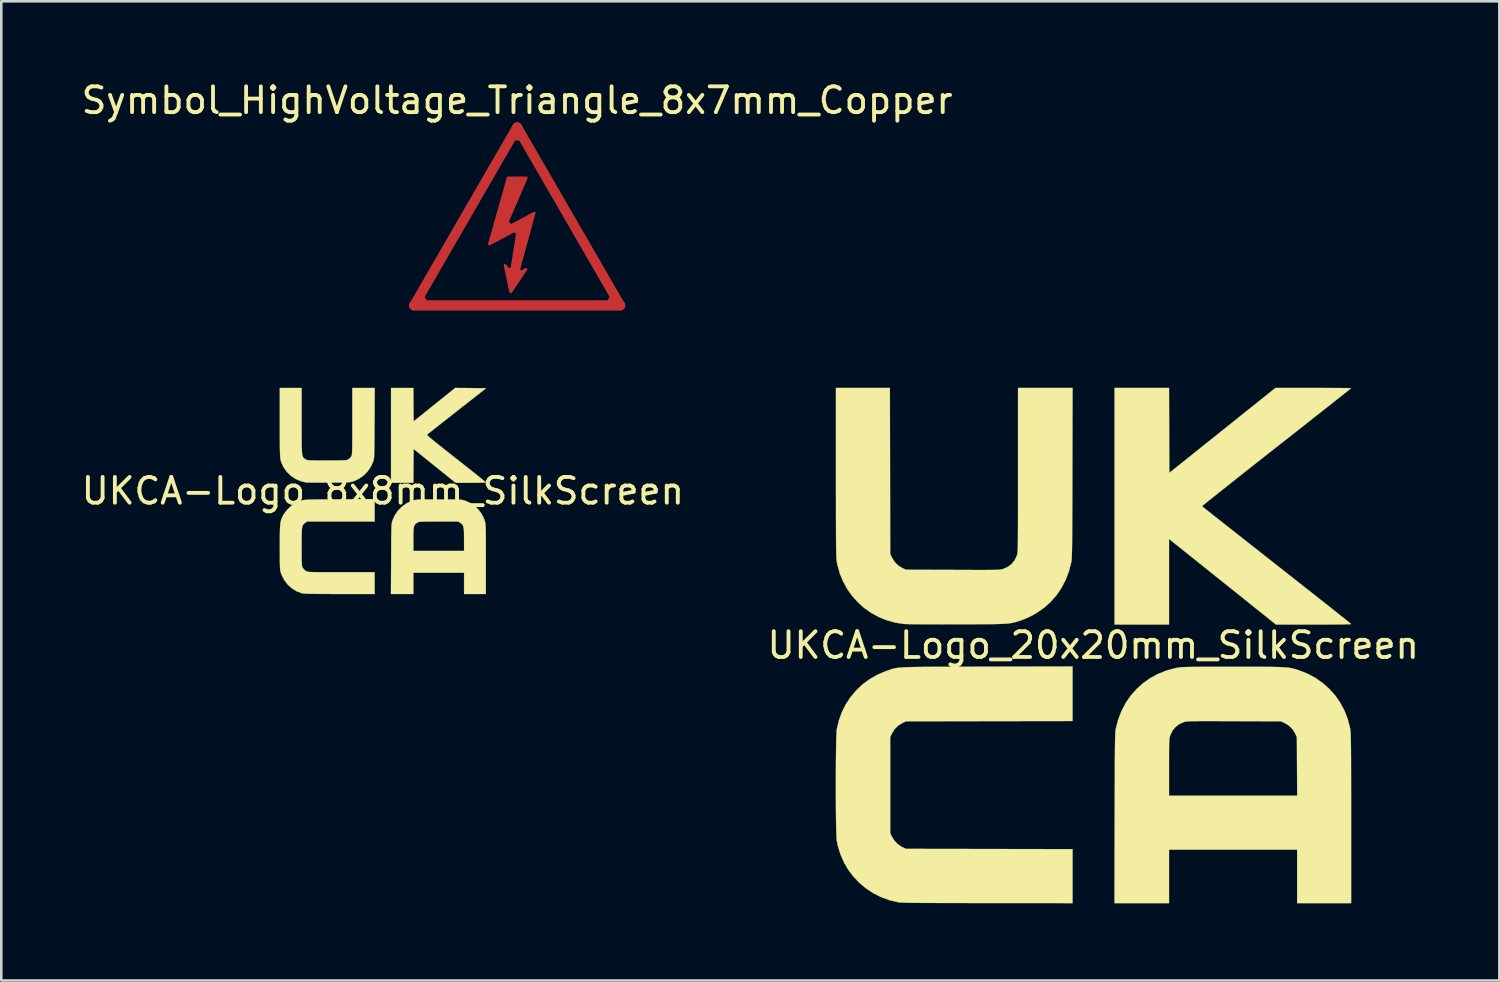
<source format=kicad_pcb>
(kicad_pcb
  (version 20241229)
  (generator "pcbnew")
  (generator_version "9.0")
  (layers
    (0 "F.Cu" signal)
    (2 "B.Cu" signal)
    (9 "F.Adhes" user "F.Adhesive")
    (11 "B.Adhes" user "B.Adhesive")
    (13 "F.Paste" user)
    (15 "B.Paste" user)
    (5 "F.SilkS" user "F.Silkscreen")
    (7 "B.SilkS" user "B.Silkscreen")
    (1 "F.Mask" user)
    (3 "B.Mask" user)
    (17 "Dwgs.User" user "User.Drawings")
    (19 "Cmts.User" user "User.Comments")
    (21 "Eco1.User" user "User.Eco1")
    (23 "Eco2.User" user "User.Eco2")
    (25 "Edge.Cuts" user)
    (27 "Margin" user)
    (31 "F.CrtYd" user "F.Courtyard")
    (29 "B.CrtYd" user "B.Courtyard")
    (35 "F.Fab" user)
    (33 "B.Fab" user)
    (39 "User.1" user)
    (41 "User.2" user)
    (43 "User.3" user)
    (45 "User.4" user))
  (footprint "UKCA-Logo_8x8mm_SilkScreen"
    (layer "F.Cu")
    (at 11.815 16.014)
    (property "Reference" "UKCA-Logo_8x8mm_SilkScreen" (at 0 0 0) (layer "F.SilkS") (effects (font (size 1 1) (thickness 0.15))))
    (attr exclude_from_pos_files exclude_from_bom allow_missing_courtyard)
    (fp_poly (pts (xy 3.41 -3.996) (xy 4.01 -3.99) (xy 2.878 -3.103) (xy 2.686 -2.952) (xy 2.504 -2.809) (xy 2.334 -2.676) (xy 2.179 -2.554) (xy 2.041 -2.446) (xy 1.925 -2.354) (xy 1.831 -2.28) (xy 1.764 -2.227) (xy 1.726 -2.197) (xy 1.718 -2.19) (xy 1.718 -2.181) (xy 1.732 -2.162) (xy 1.762 -2.131) (xy 1.809 -2.089) (xy 1.875 -2.032) (xy 1.963 -1.959) (xy 2.075 -1.868) (xy 2.211 -1.759) (xy 2.375 -1.628) (xy 2.569 -1.476) (xy 2.793 -1.299) (xy 2.845 -1.258) (xy 3.038 -1.107) (xy 3.221 -0.962) (xy 3.391 -0.828) (xy 3.546 -0.705) (xy 3.682 -0.596) (xy 3.798 -0.503) (xy 3.89 -0.428) (xy 3.956 -0.374) (xy 3.993 -0.342) (xy 4 -0.334) (xy 3.98 -0.33) (xy 3.923 -0.326) (xy 3.834 -0.323) (xy 3.719 -0.32) (xy 3.583 -0.319) (xy 3.432 -0.318) (xy 3.413 -0.318) (xy 2.826 -0.319) (xy 2.011 -0.975) (xy 1.196 -1.631) (xy 1.185 -0.318) (xy 0.318 -0.318) (xy 0.318 -4) (xy 1.185 -4) (xy 1.19 -3.352) (xy 1.196 -2.704) (xy 2.003 -3.353) (xy 2.81 -4.001) (xy 3.41 -3.996)) (stroke (width 0.01) (type solid)) (fill yes) (layer "F.SilkS"))
    (fp_poly (pts (xy 2.385 0.328) (xy 2.562 0.329) (xy 2.706 0.329) (xy 2.822 0.331) (xy 2.913 0.334) (xy 2.984 0.337) (xy 3.04 0.342) (xy 3.085 0.349) (xy 3.124 0.357) (xy 3.161 0.367) (xy 3.186 0.375) (xy 3.384 0.459) (xy 3.562 0.578) (xy 3.717 0.727) (xy 3.844 0.904) (xy 3.939 1.102) (xy 3.966 1.184) (xy 3.973 1.212) (xy 3.979 1.246) (xy 3.984 1.291) (xy 3.989 1.349) (xy 3.992 1.423) (xy 3.995 1.518) (xy 3.997 1.635) (xy 3.998 1.779) (xy 3.999 1.953) (xy 4 2.159) (xy 4 2.402) (xy 4 2.65) (xy 4 4) (xy 3.154 4) (xy 3.154 3.175) (xy 1.185 3.175) (xy 1.185 4) (xy 0.315 4) (xy 0.322 2.641) (xy 0.324 2.367) (xy 0.324 2.328) (xy 1.185 2.328) (xy 3.154 2.328) (xy 3.154 1.882) (xy 3.153 1.714) (xy 3.15 1.582) (xy 3.143 1.481) (xy 3.131 1.405) (xy 3.113 1.349) (xy 3.088 1.306) (xy 3.054 1.271) (xy 3.009 1.237) (xy 3.008 1.237) (xy 2.932 1.185) (xy 2.17 1.185) (xy 1.969 1.186) (xy 1.807 1.186) (xy 1.678 1.187) (xy 1.577 1.189) (xy 1.502 1.192) (xy 1.446 1.196) (xy 1.406 1.202) (xy 1.377 1.209) (xy 1.355 1.218) (xy 1.339 1.228) (xy 1.292 1.258) (xy 1.256 1.291) (xy 1.229 1.33) (xy 1.21 1.382) (xy 1.197 1.452) (xy 1.19 1.546) (xy 1.186 1.671) (xy 1.185 1.83) (xy 1.185 1.868) (xy 1.185 2.328) (xy 0.324 2.328) (xy 0.325 2.132) (xy 0.326 1.933) (xy 0.328 1.767) (xy 0.33 1.629) (xy 0.332 1.516) (xy 0.335 1.426) (xy 0.338 1.355) (xy 0.342 1.299) (xy 0.347 1.254) (xy 0.354 1.219) (xy 0.361 1.189) (xy 0.369 1.161) (xy 0.376 1.141) (xy 0.464 0.944) (xy 0.586 0.765) (xy 0.737 0.61) (xy 0.912 0.484) (xy 1.105 0.391) (xy 1.153 0.375) (xy 1.191 0.363) (xy 1.228 0.354) (xy 1.269 0.346) (xy 1.317 0.34) (xy 1.378 0.336) (xy 1.455 0.333) (xy 1.554 0.33) (xy 1.679 0.329) (xy 1.834 0.328) (xy 2.024 0.328) (xy 2.17 0.328) (xy 2.385 0.328)) (stroke (width 0.01) (type solid)) (fill yes) (layer "F.SilkS"))
    (fp_poly (pts (xy -0.318 1.185) (xy -2.936 1.185) (xy -3.008 1.233) (xy -3.045 1.259) (xy -3.074 1.284) (xy -3.098 1.314) (xy -3.117 1.353) (xy -3.131 1.405) (xy -3.141 1.474) (xy -3.147 1.565) (xy -3.151 1.683) (xy -3.153 1.831) (xy -3.154 2.013) (xy -3.154 2.167) (xy -3.154 2.363) (xy -3.153 2.522) (xy -3.152 2.648) (xy -3.15 2.745) (xy -3.147 2.819) (xy -3.143 2.873) (xy -3.137 2.912) (xy -3.129 2.941) (xy -3.119 2.965) (xy -3.109 2.984) (xy -3.06 3.048) (xy -2.996 3.102) (xy -2.984 3.109) (xy -2.967 3.118) (xy -2.949 3.126) (xy -2.926 3.133) (xy -2.895 3.138) (xy -2.853 3.143) (xy -2.797 3.146) (xy -2.722 3.149) (xy -2.627 3.151) (xy -2.507 3.152) (xy -2.359 3.153) (xy -2.18 3.154) (xy -1.967 3.154) (xy -1.716 3.154) (xy -1.611 3.154) (xy -0.318 3.154) (xy -0.318 4) (xy -1.677 3.999) (xy -1.961 3.999) (xy -2.206 3.998) (xy -2.415 3.997) (xy -2.59 3.995) (xy -2.735 3.993) (xy -2.854 3.991) (xy -2.949 3.988) (xy -3.023 3.984) (xy -3.079 3.979) (xy -3.121 3.973) (xy -3.151 3.967) (xy -3.151 3.967) (xy -3.35 3.892) (xy -3.53 3.782) (xy -3.689 3.639) (xy -3.821 3.468) (xy -3.923 3.274) (xy -3.952 3.197) (xy -3.964 3.162) (xy -3.973 3.127) (xy -3.981 3.089) (xy -3.987 3.043) (xy -3.992 2.985) (xy -3.995 2.91) (xy -3.997 2.813) (xy -3.999 2.691) (xy -3.999 2.539) (xy -4 2.352) (xy -4 2.19) (xy -4 1.959) (xy -3.999 1.766) (xy -3.997 1.606) (xy -3.994 1.474) (xy -3.988 1.367) (xy -3.98 1.279) (xy -3.969 1.206) (xy -3.954 1.144) (xy -3.935 1.087) (xy -3.912 1.031) (xy -3.883 0.972) (xy -3.871 0.947) (xy -3.802 0.837) (xy -3.706 0.721) (xy -3.594 0.611) (xy -3.479 0.519) (xy -3.379 0.459) (xy -3.328 0.434) (xy -3.283 0.412) (xy -3.24 0.394) (xy -3.197 0.378) (xy -3.149 0.366) (xy -3.094 0.355) (xy -3.028 0.347) (xy -2.946 0.341) (xy -2.847 0.336) (xy -2.726 0.332) (xy -2.58 0.329) (xy -2.405 0.327) (xy -2.198 0.326) (xy -1.956 0.324) (xy -1.688 0.323) (xy -0.318 0.315) (xy -0.318 1.185)) (stroke (width 0.01) (type solid)) (fill yes) (layer "F.SilkS"))
    (fp_poly (pts (xy -3.154 -2.715) (xy -3.154 -2.439) (xy -3.154 -2.202) (xy -3.153 -2.002) (xy -3.152 -1.834) (xy -3.149 -1.695) (xy -3.145 -1.583) (xy -3.139 -1.494) (xy -3.131 -1.425) (xy -3.121 -1.372) (xy -3.108 -1.332) (xy -3.092 -1.303) (xy -3.073 -1.281) (xy -3.05 -1.262) (xy -3.023 -1.244) (xy -3.008 -1.233) (xy -2.988 -1.221) (xy -2.968 -1.211) (xy -2.942 -1.203) (xy -2.907 -1.197) (xy -2.858 -1.192) (xy -2.79 -1.189) (xy -2.699 -1.187) (xy -2.581 -1.186) (xy -2.43 -1.186) (xy -2.244 -1.185) (xy -2.172 -1.185) (xy -1.971 -1.186) (xy -1.808 -1.186) (xy -1.679 -1.187) (xy -1.578 -1.189) (xy -1.502 -1.192) (xy -1.447 -1.196) (xy -1.406 -1.202) (xy -1.377 -1.209) (xy -1.355 -1.218) (xy -1.339 -1.228) (xy -1.279 -1.276) (xy -1.229 -1.336) (xy -1.228 -1.339) (xy -1.219 -1.354) (xy -1.212 -1.372) (xy -1.205 -1.395) (xy -1.2 -1.428) (xy -1.196 -1.473) (xy -1.193 -1.533) (xy -1.19 -1.613) (xy -1.188 -1.714) (xy -1.187 -1.842) (xy -1.186 -1.997) (xy -1.186 -2.185) (xy -1.185 -2.409) (xy -1.185 -2.671) (xy -1.185 -2.704) (xy -1.185 -4) (xy -0.315 -4) (xy -0.322 -2.641) (xy -0.324 -2.367) (xy -0.325 -2.132) (xy -0.326 -1.933) (xy -0.328 -1.767) (xy -0.33 -1.629) (xy -0.332 -1.516) (xy -0.335 -1.426) (xy -0.338 -1.355) (xy -0.342 -1.299) (xy -0.347 -1.254) (xy -0.354 -1.219) (xy -0.361 -1.189) (xy -0.369 -1.161) (xy -0.376 -1.141) (xy -0.464 -0.945) (xy -0.586 -0.765) (xy -0.738 -0.609) (xy -0.914 -0.482) (xy -1.107 -0.388) (xy -1.141 -0.376) (xy -1.179 -0.365) (xy -1.216 -0.355) (xy -1.257 -0.347) (xy -1.307 -0.341) (xy -1.371 -0.337) (xy -1.453 -0.333) (xy -1.558 -0.331) (xy -1.69 -0.329) (xy -1.855 -0.328) (xy -2.057 -0.326) (xy -2.095 -0.326) (xy -2.28 -0.326) (xy -2.453 -0.325) (xy -2.609 -0.326) (xy -2.744 -0.326) (xy -2.853 -0.327) (xy -2.931 -0.329) (xy -2.971 -0.331) (xy -2.974 -0.331) (xy -3.186 -0.38) (xy -3.384 -0.465) (xy -3.562 -0.583) (xy -3.716 -0.729) (xy -3.841 -0.899) (xy -3.934 -1.091) (xy -3.969 -1.2) (xy -3.976 -1.231) (xy -3.981 -1.272) (xy -3.986 -1.327) (xy -3.99 -1.397) (xy -3.993 -1.487) (xy -3.996 -1.6) (xy -3.998 -1.739) (xy -3.999 -1.907) (xy -4 -2.107) (xy -4 -2.343) (xy -4 -2.617) (xy -4 -2.661) (xy -4 -4) (xy -3.154 -4) (xy -3.154 -2.715)) (stroke (width 0.01) (type solid)) (fill yes) (layer "F.SilkS")))
  (footprint "UKCA-Logo_20x20mm_SilkScreen"
    (layer "F.Cu")
    (at 39.399 22.004)
    (property "Reference" "UKCA-Logo_20x20mm_SilkScreen" (at 0 0 0) (layer "F.SilkS") (effects (font (size 1 1) (thickness 0.15))))
    (attr exclude_from_pos_files exclude_from_bom allow_missing_courtyard)
    (fp_poly (pts (xy 2.947 -8.342) (xy 2.953 -6.693) (xy 5.014 -8.342) (xy 7.075 -9.991) (xy 8.543 -9.991) (xy 8.788 -9.991) (xy 9.021 -9.99) (xy 9.237 -9.99) (xy 9.433 -9.989) (xy 9.607 -9.988) (xy 9.754 -9.987) (xy 9.871 -9.985) (xy 9.955 -9.984) (xy 10.002 -9.983) (xy 10.012 -9.982) (xy 9.995 -9.968) (xy 9.947 -9.929) (xy 9.87 -9.867) (xy 9.763 -9.783) (xy 9.631 -9.678) (xy 9.473 -9.553) (xy 9.293 -9.41) (xy 9.09 -9.251) (xy 8.868 -9.076) (xy 8.628 -8.887) (xy 8.372 -8.685) (xy 8.101 -8.471) (xy 7.817 -8.248) (xy 7.521 -8.015) (xy 7.216 -7.776) (xy 7.112 -7.694) (xy 6.804 -7.452) (xy 6.505 -7.217) (xy 6.217 -6.99) (xy 5.942 -6.772) (xy 5.681 -6.566) (xy 5.436 -6.372) (xy 5.208 -6.192) (xy 5 -6.026) (xy 4.813 -5.877) (xy 4.648 -5.746) (xy 4.508 -5.634) (xy 4.393 -5.541) (xy 4.307 -5.471) (xy 4.25 -5.424) (xy 4.224 -5.4) (xy 4.222 -5.398) (xy 4.24 -5.384) (xy 4.289 -5.344) (xy 4.368 -5.281) (xy 4.475 -5.196) (xy 4.609 -5.09) (xy 4.767 -4.965) (xy 4.949 -4.822) (xy 5.152 -4.661) (xy 5.375 -4.486) (xy 5.615 -4.296) (xy 5.872 -4.094) (xy 6.144 -3.88) (xy 6.428 -3.657) (xy 6.724 -3.424) (xy 7.029 -3.184) (xy 7.122 -3.111) (xy 7.43 -2.869) (xy 7.728 -2.634) (xy 8.016 -2.408) (xy 8.291 -2.191) (xy 8.552 -1.985) (xy 8.797 -1.791) (xy 9.025 -1.612) (xy 9.233 -1.447) (xy 9.421 -1.298) (xy 9.585 -1.167) (xy 9.726 -1.055) (xy 9.84 -0.963) (xy 9.927 -0.894) (xy 9.984 -0.847) (xy 10.01 -0.824) (xy 10.012 -0.822) (xy 9.991 -0.819) (xy 9.932 -0.817) (xy 9.837 -0.814) (xy 9.71 -0.811) (xy 9.554 -0.809) (xy 9.373 -0.807) (xy 9.17 -0.806) (xy 8.949 -0.805) (xy 8.712 -0.804) (xy 8.554 -0.804) (xy 7.096 -0.804) (xy 5.019 -2.466) (xy 2.942 -4.128) (xy 2.942 -0.804) (xy 0.826 -0.804) (xy 0.826 -9.991) (xy 2.942 -9.991) (xy 2.947 -8.342)) (stroke (width 0.01) (type solid)) (fill yes) (layer "F.SilkS"))
    (fp_poly (pts (xy -0.804 2.942) (xy -4.038 2.947) (xy -7.271 2.953) (xy -7.413 3.02) (xy -7.574 3.119) (xy -7.707 3.249) (xy -7.809 3.408) (xy -7.817 3.425) (xy -7.885 3.567) (xy -7.885 7.292) (xy -7.819 7.43) (xy -7.722 7.586) (xy -7.594 7.721) (xy -7.441 7.824) (xy -7.408 7.841) (xy -7.271 7.906) (xy -4.038 7.911) (xy -0.804 7.917) (xy -0.804 10.012) (xy -4.112 10.01) (xy -4.565 10.01) (xy -4.977 10.009) (xy -5.351 10.009) (xy -5.688 10.008) (xy -5.991 10.007) (xy -6.26 10.006) (xy -6.498 10.005) (xy -6.707 10.004) (xy -6.888 10.002) (xy -7.044 10) (xy -7.176 9.998) (xy -7.287 9.996) (xy -7.377 9.993) (xy -7.449 9.99) (xy -7.505 9.987) (xy -7.547 9.983) (xy -7.576 9.979) (xy -7.578 9.979) (xy -7.92 9.896) (xy -8.244 9.777) (xy -8.548 9.623) (xy -8.83 9.436) (xy -9.087 9.22) (xy -9.317 8.977) (xy -9.518 8.708) (xy -9.687 8.416) (xy -9.822 8.103) (xy -9.921 7.772) (xy -9.958 7.591) (xy -9.965 7.532) (xy -9.97 7.435) (xy -9.975 7.304) (xy -9.98 7.141) (xy -9.984 6.952) (xy -9.987 6.739) (xy -9.99 6.507) (xy -9.992 6.259) (xy -9.993 5.999) (xy -9.994 5.731) (xy -9.994 5.459) (xy -9.994 5.186) (xy -9.993 4.917) (xy -9.992 4.655) (xy -9.99 4.404) (xy -9.987 4.168) (xy -9.984 3.951) (xy -9.981 3.756) (xy -9.976 3.587) (xy -9.971 3.449) (xy -9.966 3.344) (xy -9.96 3.277) (xy -9.958 3.268) (xy -9.879 2.926) (xy -9.762 2.601) (xy -9.609 2.295) (xy -9.423 2.012) (xy -9.205 1.753) (xy -8.958 1.52) (xy -8.683 1.317) (xy -8.383 1.145) (xy -8.06 1.007) (xy -7.994 0.984) (xy -7.939 0.965) (xy -7.889 0.948) (xy -7.843 0.933) (xy -7.799 0.919) (xy -7.753 0.906) (xy -7.705 0.895) (xy -7.651 0.886) (xy -7.591 0.877) (xy -7.521 0.869) (xy -7.44 0.863) (xy -7.345 0.857) (xy -7.235 0.852) (xy -7.107 0.848) (xy -6.959 0.845) (xy -6.789 0.842) (xy -6.594 0.84) (xy -6.374 0.838) (xy -6.125 0.837) (xy -5.846 0.836) (xy -5.534 0.835) (xy -5.188 0.834) (xy -4.805 0.833) (xy -4.382 0.832) (xy -4.112 0.831) (xy -0.804 0.824) (xy -0.804 2.942)) (stroke (width 0.01) (type solid)) (fill yes) (layer "F.SilkS"))
    (fp_poly (pts (xy 6.084 0.836) (xy 6.356 0.837) (xy 6.593 0.837) (xy 6.8 0.839) (xy 6.98 0.841) (xy 7.134 0.844) (xy 7.266 0.848) (xy 7.38 0.854) (xy 7.477 0.861) (xy 7.561 0.869) (xy 7.635 0.879) (xy 7.701 0.891) (xy 7.763 0.906) (xy 7.823 0.922) (xy 7.885 0.941) (xy 7.951 0.963) (xy 8.015 0.984) (xy 8.34 1.114) (xy 8.643 1.279) (xy 8.921 1.476) (xy 9.174 1.702) (xy 9.398 1.956) (xy 9.591 2.234) (xy 9.752 2.534) (xy 9.877 2.854) (xy 9.965 3.19) (xy 9.98 3.268) (xy 9.984 3.297) (xy 9.988 3.334) (xy 9.991 3.381) (xy 9.995 3.438) (xy 9.998 3.509) (xy 10 3.596) (xy 10.002 3.699) (xy 10.004 3.823) (xy 10.006 3.967) (xy 10.007 4.135) (xy 10.009 4.329) (xy 10.009 4.55) (xy 10.01 4.801) (xy 10.011 5.083) (xy 10.011 5.398) (xy 10.012 5.75) (xy 10.012 6.138) (xy 10.012 6.567) (xy 10.012 6.734) (xy 10.012 10.012) (xy 7.916 10.012) (xy 7.916 7.938) (xy 2.942 7.938) (xy 2.942 10.012) (xy 0.824 10.012) (xy 0.831 6.715) (xy 0.833 6.274) (xy 0.834 5.874) (xy 0.835 5.512) (xy 0.836 5.186) (xy 0.837 4.894) (xy 0.838 4.742) (xy 2.942 4.742) (xy 2.942 5.842) (xy 7.918 5.842) (xy 7.912 4.704) (xy 7.906 3.567) (xy 7.839 3.425) (xy 7.739 3.263) (xy 7.609 3.13) (xy 7.451 3.028) (xy 7.434 3.02) (xy 7.292 2.953) (xy 5.472 2.947) (xy 5.152 2.946) (xy 4.872 2.945) (xy 4.629 2.944) (xy 4.419 2.944) (xy 4.241 2.944) (xy 4.09 2.945) (xy 3.965 2.946) (xy 3.862 2.947) (xy 3.779 2.95) (xy 3.713 2.952) (xy 3.661 2.956) (xy 3.62 2.96) (xy 3.587 2.965) (xy 3.559 2.971) (xy 3.534 2.978) (xy 3.514 2.985) (xy 3.342 3.061) (xy 3.198 3.169) (xy 3.082 3.307) (xy 2.999 3.472) (xy 2.986 3.509) (xy 2.976 3.54) (xy 2.968 3.572) (xy 2.961 3.608) (xy 2.956 3.652) (xy 2.951 3.709) (xy 2.948 3.781) (xy 2.946 3.873) (xy 2.944 3.989) (xy 2.943 4.132) (xy 2.942 4.306) (xy 2.942 4.516) (xy 2.942 4.742) (xy 0.838 4.742) (xy 0.838 4.635) (xy 0.839 4.405) (xy 0.841 4.204) (xy 0.842 4.028) (xy 0.844 3.877) (xy 0.846 3.747) (xy 0.848 3.637) (xy 0.851 3.545) (xy 0.854 3.469) (xy 0.857 3.407) (xy 0.86 3.356) (xy 0.864 3.315) (xy 0.868 3.282) (xy 0.873 3.254) (xy 0.875 3.244) (xy 0.967 2.89) (xy 1.095 2.558) (xy 1.256 2.249) (xy 1.449 1.965) (xy 1.673 1.709) (xy 1.924 1.481) (xy 2.202 1.283) (xy 2.505 1.118) (xy 2.832 0.986) (xy 3.179 0.891) (xy 3.266 0.873) (xy 3.302 0.867) (xy 3.342 0.861) (xy 3.388 0.856) (xy 3.443 0.852) (xy 3.509 0.849) (xy 3.591 0.846) (xy 3.69 0.843) (xy 3.809 0.841) (xy 3.951 0.839) (xy 4.118 0.838) (xy 4.314 0.837) (xy 4.542 0.837) (xy 4.803 0.836) (xy 5.102 0.836) (xy 5.429 0.836) (xy 5.776 0.836) (xy 6.084 0.836)) (stroke (width 0.01) (type solid)) (fill yes) (layer "F.SilkS"))
    (fp_poly (pts (xy -7.89 -6.768) (xy -7.885 -3.545) (xy -7.817 -3.404) (xy -7.718 -3.242) (xy -7.588 -3.109) (xy -7.429 -3.007) (xy -7.413 -2.999) (xy -7.271 -2.932) (xy -5.45 -2.926) (xy -5.131 -2.925) (xy -4.851 -2.924) (xy -4.608 -2.923) (xy -4.398 -2.923) (xy -4.219 -2.923) (xy -4.069 -2.924) (xy -3.944 -2.925) (xy -3.841 -2.926) (xy -3.758 -2.928) (xy -3.692 -2.931) (xy -3.64 -2.935) (xy -3.599 -2.939) (xy -3.566 -2.944) (xy -3.538 -2.95) (xy -3.513 -2.957) (xy -3.493 -2.964) (xy -3.321 -3.04) (xy -3.177 -3.148) (xy -3.061 -3.286) (xy -2.978 -3.451) (xy -2.965 -3.488) (xy -2.959 -3.506) (xy -2.953 -3.525) (xy -2.949 -3.547) (xy -2.944 -3.573) (xy -2.94 -3.607) (xy -2.937 -3.649) (xy -2.934 -3.703) (xy -2.932 -3.77) (xy -2.929 -3.851) (xy -2.927 -3.95) (xy -2.926 -4.069) (xy -2.925 -4.209) (xy -2.924 -4.372) (xy -2.923 -4.561) (xy -2.922 -4.778) (xy -2.922 -5.024) (xy -2.921 -5.302) (xy -2.921 -5.614) (xy -2.921 -5.962) (xy -2.921 -6.348) (xy -2.921 -6.774) (xy -2.921 -9.991) (xy -0.803 -9.991) (xy -0.81 -6.694) (xy -0.811 -6.253) (xy -0.812 -5.853) (xy -0.813 -5.491) (xy -0.815 -5.165) (xy -0.816 -4.873) (xy -0.817 -4.614) (xy -0.818 -4.384) (xy -0.82 -4.183) (xy -0.821 -4.007) (xy -0.823 -3.856) (xy -0.825 -3.726) (xy -0.827 -3.616) (xy -0.83 -3.524) (xy -0.832 -3.448) (xy -0.836 -3.386) (xy -0.839 -3.335) (xy -0.843 -3.294) (xy -0.847 -3.261) (xy -0.852 -3.233) (xy -0.854 -3.223) (xy -0.946 -2.868) (xy -1.073 -2.536) (xy -1.234 -2.227) (xy -1.428 -1.943) (xy -1.653 -1.685) (xy -1.909 -1.456) (xy -2.194 -1.257) (xy -2.406 -1.138) (xy -2.522 -1.082) (xy -2.65 -1.027) (xy -2.773 -0.979) (xy -2.842 -0.955) (xy -2.913 -0.932) (xy -2.976 -0.912) (xy -3.036 -0.895) (xy -3.095 -0.88) (xy -3.156 -0.867) (xy -3.222 -0.856) (xy -3.296 -0.846) (xy -3.381 -0.839) (xy -3.48 -0.833) (xy -3.596 -0.828) (xy -3.732 -0.824) (xy -3.892 -0.821) (xy -4.077 -0.819) (xy -4.292 -0.817) (xy -4.539 -0.816) (xy -4.821 -0.815) (xy -5.141 -0.814) (xy -5.271 -0.814) (xy -5.553 -0.814) (xy -5.828 -0.813) (xy -6.09 -0.814) (xy -6.336 -0.814) (xy -6.564 -0.815) (xy -6.769 -0.816) (xy -6.948 -0.818) (xy -7.099 -0.82) (xy -7.216 -0.822) (xy -7.297 -0.824) (xy -7.334 -0.826) (xy -7.678 -0.877) (xy -8.007 -0.967) (xy -8.32 -1.092) (xy -8.614 -1.252) (xy -8.887 -1.443) (xy -9.136 -1.664) (xy -9.358 -1.911) (xy -9.552 -2.184) (xy -9.714 -2.478) (xy -9.843 -2.793) (xy -9.935 -3.126) (xy -9.958 -3.247) (xy -9.963 -3.276) (xy -9.967 -3.313) (xy -9.97 -3.359) (xy -9.973 -3.417) (xy -9.976 -3.488) (xy -9.979 -3.574) (xy -9.981 -3.678) (xy -9.983 -3.801) (xy -9.985 -3.946) (xy -9.986 -4.114) (xy -9.987 -4.308) (xy -9.988 -4.529) (xy -9.989 -4.779) (xy -9.99 -5.062) (xy -9.99 -5.377) (xy -9.99 -5.728) (xy -9.991 -6.117) (xy -9.991 -6.545) (xy -9.991 -6.713) (xy -9.991 -9.991) (xy -7.896 -9.991) (xy -7.89 -6.768)) (stroke (width 0.01) (type solid)) (fill yes) (layer "F.SilkS")))
  (footprint "Symbol_HighVoltage_Triangle_8x7mm_Copper"
    (layer "F.Cu")
    (at 17.03 5.348)
    (property "Reference" "Symbol_HighVoltage_Triangle_8x7mm_Copper" (at 0 -4.5 0) (layer "F.SilkS") (effects (font (size 1 1) (thickness 0.15))))
    (attr exclude_from_pos_files exclude_from_bom allow_missing_courtyard)
    (fp_line (start -4 3.46) (end 0 -3.46) (stroke (width 0.381) (type solid)) (layer "F.Cu"))
    (fp_line (start -3.51 3.44) (end -3.776 3.031) (stroke (width 0.2) (type default)) (layer "F.Cu"))
    (fp_line (start -0.45 0.215) (end -0.24 0.44) (stroke (width 0.2) (type default)) (layer "F.Cu"))
    (fp_line (start -0.34 2.095) (end 0.17 2.185) (stroke (width 0.2) (type default)) (layer "F.Cu"))
    (fp_line (start -0.15 -3.04) (end 0.16 -3.04) (stroke (width 0.2) (type default)) (layer "F.Cu"))
    (fp_line (start -0.133 0.479) (end 0.113 0.681) (stroke (width 0.2) (type default)) (layer "F.Cu"))
    (fp_line (start 0 -3.46) (end 4 3.46) (stroke (width 0.381) (type solid)) (layer "F.Cu"))
    (fp_line (start 3.51 3.44) (end 3.776 3.031) (stroke (width 0.2) (type default)) (layer "F.Cu"))
    (fp_line (start 4 3.46) (end -4 3.46) (stroke (width 0.4) (type solid)) (layer "F.Cu"))
    (fp_poly (pts (xy -0.5 0.5) (xy 0.664 -0.126) (xy 0.009 2.261) (xy 0.344 2.057) (xy -0.253 2.945) (xy -0.471 1.897) (xy -0.238 2.217) (xy 0.038 0.485) (xy -1.082 1.082) (xy -0.354 -1.494) (xy 0.359 -1.494)) (stroke (width 0.1) (type solid)) (fill yes) (layer "F.Cu")))
  (gr_rect
    (start -3 -3)
    (end 55.167 35.021)
    (stroke (width 0.1) (type default))
    (fill no)
    (layer "Edge.Cuts")))
</source>
